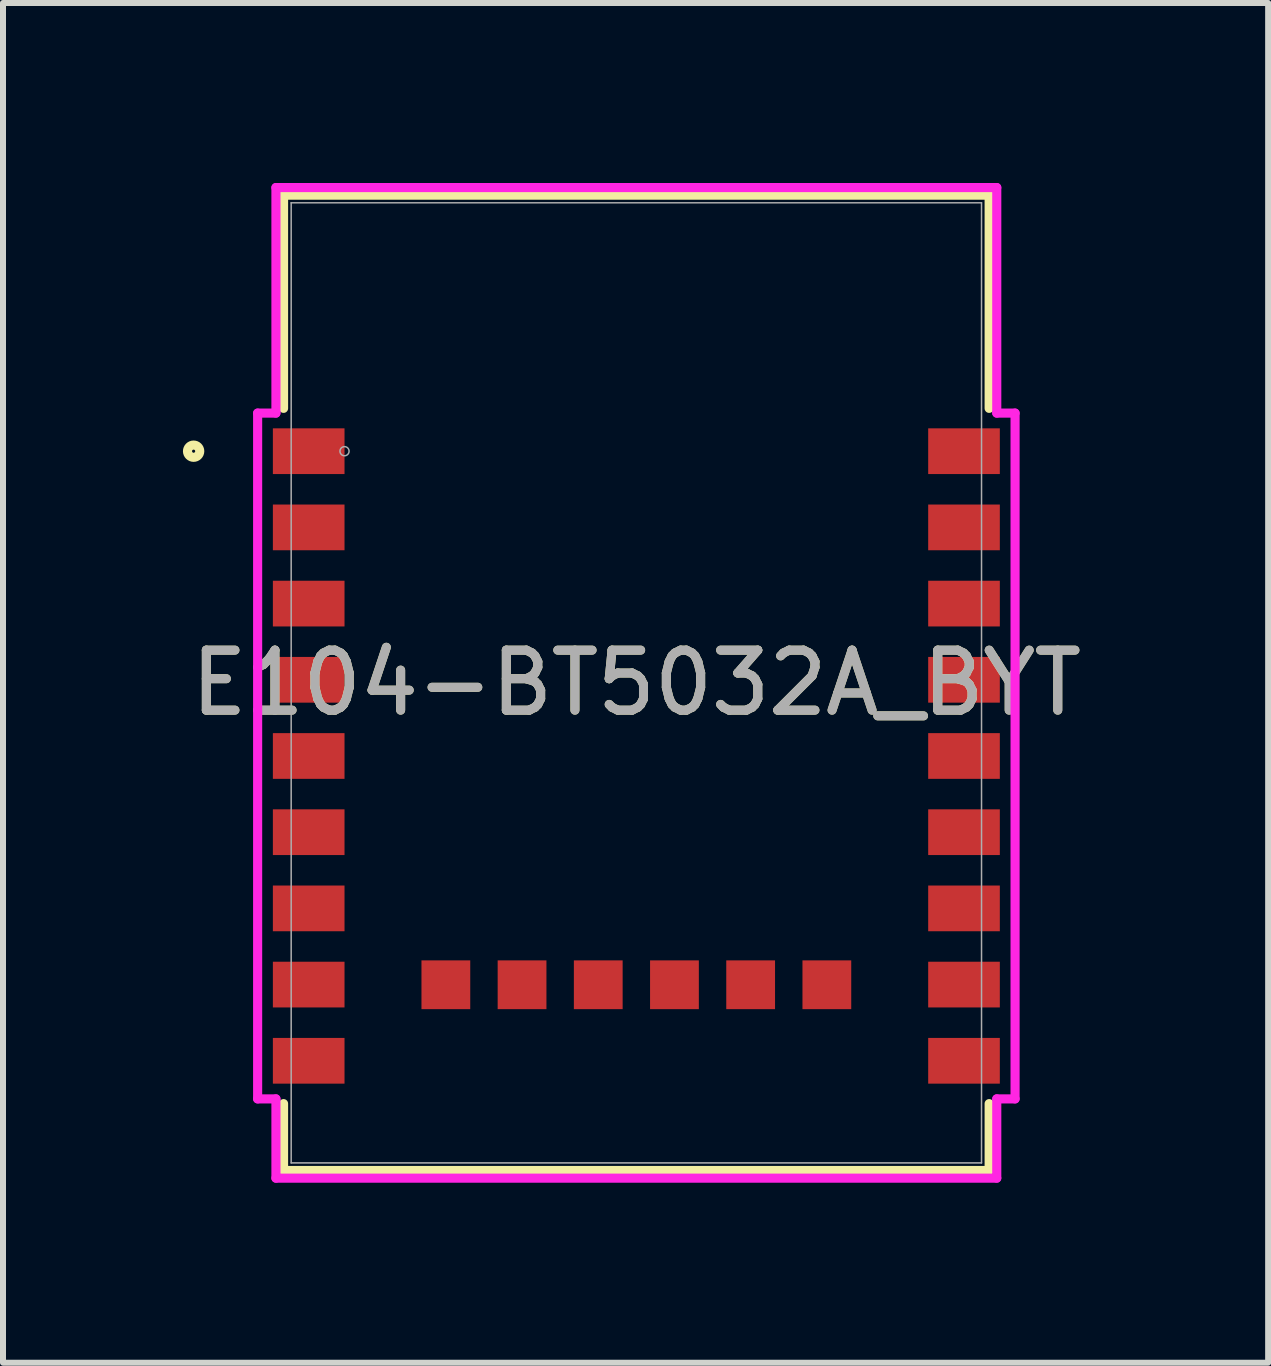
<source format=kicad_pcb>
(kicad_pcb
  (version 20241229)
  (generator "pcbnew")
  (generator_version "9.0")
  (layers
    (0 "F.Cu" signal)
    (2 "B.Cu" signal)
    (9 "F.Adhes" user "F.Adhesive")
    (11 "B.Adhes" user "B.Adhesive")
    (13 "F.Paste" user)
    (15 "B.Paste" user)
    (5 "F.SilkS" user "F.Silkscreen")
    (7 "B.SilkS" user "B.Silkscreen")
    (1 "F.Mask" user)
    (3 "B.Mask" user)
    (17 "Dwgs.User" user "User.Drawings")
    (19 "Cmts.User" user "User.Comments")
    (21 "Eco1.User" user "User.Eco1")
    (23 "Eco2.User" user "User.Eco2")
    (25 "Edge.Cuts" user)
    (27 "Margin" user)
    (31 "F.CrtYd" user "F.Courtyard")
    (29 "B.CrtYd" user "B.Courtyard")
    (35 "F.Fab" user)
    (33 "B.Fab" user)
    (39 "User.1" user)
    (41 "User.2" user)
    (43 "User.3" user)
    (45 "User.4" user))
  (footprint "E104-BT5032A_BYT"
    (layer "F.Cu")
    (at 7.556 8.331)
    (property "Reference" "E104-BT5032A_BYT" (at 0 0 0) (unlocked yes) (layer "F.SilkS") (effects (font (size 1 1) (thickness 0.15))))
    (attr smd)
    (fp_line (start -5.88 -8.128) (end 5.88 -8.128) (stroke (width 0.152) (type solid)) (layer "F.SilkS"))
    (fp_line (start -5.88 -4.575) (end -5.88 -8.128) (stroke (width 0.152) (type solid)) (layer "F.SilkS"))
    (fp_line (start -5.88 8.128) (end -5.88 7.013) (stroke (width 0.152) (type solid)) (layer "F.SilkS"))
    (fp_line (start 5.88 -8.128) (end 5.88 -4.575) (stroke (width 0.152) (type solid)) (layer "F.SilkS"))
    (fp_line (start 5.88 7.013) (end 5.88 8.128) (stroke (width 0.152) (type solid)) (layer "F.SilkS"))
    (fp_line (start 5.88 8.128) (end -5.88 8.128) (stroke (width 0.152) (type solid)) (layer "F.SilkS"))
    (fp_circle (center -7.379 -3.861) (end -7.277 -3.861) (stroke (width 0.152) (type solid)) (fill no) (layer "F.SilkS"))
    (fp_line (start -6.312 -4.496) (end -6.312 6.934) (stroke (width 0.152) (type solid)) (layer "F.CrtYd"))
    (fp_line (start -6.312 6.934) (end -6.007 6.934) (stroke (width 0.152) (type solid)) (layer "F.CrtYd"))
    (fp_line (start -6.007 -8.255) (end -6.007 -4.496) (stroke (width 0.152) (type solid)) (layer "F.CrtYd"))
    (fp_line (start -6.007 -4.496) (end -6.312 -4.496) (stroke (width 0.152) (type solid)) (layer "F.CrtYd"))
    (fp_line (start -6.007 6.934) (end -6.007 8.255) (stroke (width 0.152) (type solid)) (layer "F.CrtYd"))
    (fp_line (start -6.007 8.255) (end 6.007 8.255) (stroke (width 0.152) (type solid)) (layer "F.CrtYd"))
    (fp_line (start 6.007 -8.255) (end -6.007 -8.255) (stroke (width 0.152) (type solid)) (layer "F.CrtYd"))
    (fp_line (start 6.007 -4.496) (end 6.007 -8.255) (stroke (width 0.152) (type solid)) (layer "F.CrtYd"))
    (fp_line (start 6.007 6.934) (end 6.312 6.934) (stroke (width 0.152) (type solid)) (layer "F.CrtYd"))
    (fp_line (start 6.007 8.255) (end 6.007 6.934) (stroke (width 0.152) (type solid)) (layer "F.CrtYd"))
    (fp_line (start 6.312 -4.496) (end 6.007 -4.496) (stroke (width 0.152) (type solid)) (layer "F.CrtYd"))
    (fp_line (start 6.312 6.934) (end 6.312 -4.496) (stroke (width 0.152) (type solid)) (layer "F.CrtYd"))
    (fp_line (start -5.753 -8.001) (end -5.753 8.001) (stroke (width 0.025) (type solid)) (layer "F.Fab"))
    (fp_line (start -5.753 8.001) (end 5.753 8.001) (stroke (width 0.025) (type solid)) (layer "F.Fab"))
    (fp_line (start 5.753 -8.001) (end -5.753 -8.001) (stroke (width 0.025) (type solid)) (layer "F.Fab"))
    (fp_line (start 5.753 8.001) (end 5.753 -8.001) (stroke (width 0.025) (type solid)) (layer "F.Fab"))
    (fp_circle (center -4.864 -3.861) (end -4.788 -3.861) (stroke (width 0.025) (type solid)) (fill no) (layer "F.Fab"))
    (fp_text user "${REFERENCE}" (at 0 0 0) (unlocked yes) (layer "F.Fab") (effects (font (size 1 1) (thickness 0.15))))
    (pad "1" smd rect (at -5.461 -3.861) (size 1.194 0.762) (layers "F.Cu" "F.Mask" "F.Paste"))
    (pad "2" smd rect (at -5.461 -2.591) (size 1.194 0.762) (layers "F.Cu" "F.Mask" "F.Paste"))
    (pad "3" smd rect (at -5.461 -1.321) (size 1.194 0.762) (layers "F.Cu" "F.Mask" "F.Paste"))
    (pad "4" smd rect (at -5.461 -0.051) (size 1.194 0.762) (layers "F.Cu" "F.Mask" "F.Paste"))
    (pad "5" smd rect (at -5.461 1.219) (size 1.194 0.762) (layers "F.Cu" "F.Mask" "F.Paste"))
    (pad "6" smd rect (at -5.461 2.489) (size 1.194 0.762) (layers "F.Cu" "F.Mask" "F.Paste"))
    (pad "7" smd rect (at -5.461 3.759) (size 1.194 0.762) (layers "F.Cu" "F.Mask" "F.Paste"))
    (pad "8" smd rect (at -5.461 5.029) (size 1.194 0.762) (layers "F.Cu" "F.Mask" "F.Paste"))
    (pad "9" smd rect (at -5.461 6.299) (size 1.194 0.762) (layers "F.Cu" "F.Mask" "F.Paste"))
    (pad "10" smd rect (at -3.175 5.032) (size 0.813 0.813) (layers "F.Cu" "F.Mask" "F.Paste"))
    (pad "11" smd rect (at -1.905 5.032) (size 0.813 0.813) (layers "F.Cu" "F.Mask" "F.Paste"))
    (pad "12" smd rect (at -0.635 5.032) (size 0.813 0.813) (layers "F.Cu" "F.Mask" "F.Paste"))
    (pad "13" smd rect (at 0.635 5.032) (size 0.813 0.813) (layers "F.Cu" "F.Mask" "F.Paste"))
    (pad "14" smd rect (at 1.905 5.032) (size 0.813 0.813) (layers "F.Cu" "F.Mask" "F.Paste"))
    (pad "15" smd rect (at 3.175 5.032) (size 0.813 0.813) (layers "F.Cu" "F.Mask" "F.Paste"))
    (pad "16" smd rect (at 5.461 6.299) (size 1.194 0.762) (layers "F.Cu" "F.Mask" "F.Paste"))
    (pad "17" smd rect (at 5.461 5.029) (size 1.194 0.762) (layers "F.Cu" "F.Mask" "F.Paste"))
    (pad "18" smd rect (at 5.461 3.759) (size 1.194 0.762) (layers "F.Cu" "F.Mask" "F.Paste"))
    (pad "19" smd rect (at 5.461 2.489) (size 1.194 0.762) (layers "F.Cu" "F.Mask" "F.Paste"))
    (pad "20" smd rect (at 5.461 1.219) (size 1.194 0.762) (layers "F.Cu" "F.Mask" "F.Paste"))
    (pad "21" smd rect (at 5.461 -0.051) (size 1.194 0.762) (layers "F.Cu" "F.Mask" "F.Paste"))
    (pad "22" smd rect (at 5.461 -1.321) (size 1.194 0.762) (layers "F.Cu" "F.Mask" "F.Paste"))
    (pad "23" smd rect (at 5.461 -2.591) (size 1.194 0.762) (layers "F.Cu" "F.Mask" "F.Paste"))
    (pad "24" smd rect (at 5.461 -3.861) (size 1.194 0.762) (layers "F.Cu" "F.Mask" "F.Paste")))
  (gr_rect
    (start -3 -3)
    (end 18.086 19.662)
    (stroke (width 0.1) (type default))
    (fill no)
    (layer "Edge.Cuts")))
</source>
